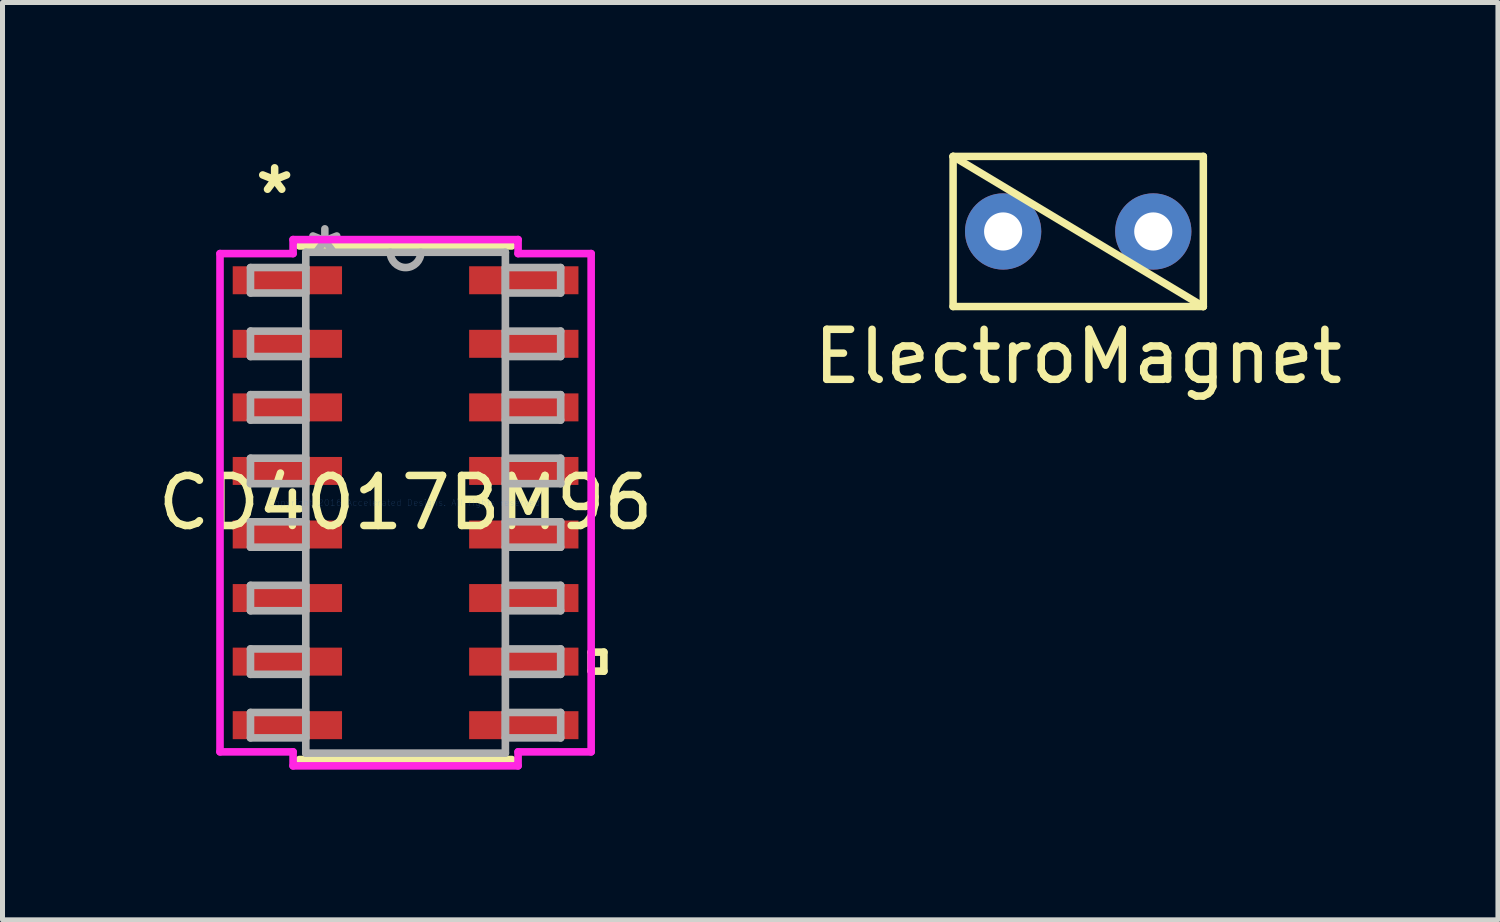
<source format=kicad_pcb>
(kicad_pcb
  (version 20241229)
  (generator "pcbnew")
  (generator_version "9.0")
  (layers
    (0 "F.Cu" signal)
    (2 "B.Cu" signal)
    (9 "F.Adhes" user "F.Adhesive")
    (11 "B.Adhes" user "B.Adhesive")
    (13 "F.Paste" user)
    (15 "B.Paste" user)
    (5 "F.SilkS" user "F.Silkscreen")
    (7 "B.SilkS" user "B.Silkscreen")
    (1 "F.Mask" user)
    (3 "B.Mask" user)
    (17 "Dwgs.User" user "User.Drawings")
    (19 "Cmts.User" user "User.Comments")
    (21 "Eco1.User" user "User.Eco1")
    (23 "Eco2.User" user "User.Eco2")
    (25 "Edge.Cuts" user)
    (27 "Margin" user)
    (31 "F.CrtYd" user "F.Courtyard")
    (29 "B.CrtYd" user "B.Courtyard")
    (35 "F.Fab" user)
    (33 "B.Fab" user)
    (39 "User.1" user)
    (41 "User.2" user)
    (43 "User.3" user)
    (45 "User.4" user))
  (footprint "CD4017BM96"
    (layer "F.Cu")
    (at 5.054 6.995)
    (property "Reference" "CD4017BM96" (at 0 0 0) (layer "F.SilkS") (effects (font (size 1 1) (thickness 0.15))))
    (attr through_hole)
    (fp_line (start -2.121 5.131) (end 2.121 5.131) (stroke (width 0.152) (type solid)) (layer "F.SilkS"))
    (fp_line (start 2.121 -5.131) (end -2.121 -5.131) (stroke (width 0.152) (type solid)) (layer "F.SilkS"))
    (fp_line (start 3.708 2.985) (end 3.962 2.985) (stroke (width 0.152) (type solid)) (layer "F.SilkS"))
    (fp_line (start 3.708 3.365) (end 3.708 2.985) (stroke (width 0.152) (type solid)) (layer "F.SilkS"))
    (fp_line (start 3.962 2.985) (end 3.962 3.365) (stroke (width 0.152) (type solid)) (layer "F.SilkS"))
    (fp_line (start 3.962 3.365) (end 3.708 3.365) (stroke (width 0.152) (type solid)) (layer "F.SilkS"))
    (fp_line (start -3.708 -4.978) (end -2.248 -4.978) (stroke (width 0.152) (type solid)) (layer "F.CrtYd"))
    (fp_line (start -3.708 4.978) (end -3.708 -4.978) (stroke (width 0.152) (type solid)) (layer "F.CrtYd"))
    (fp_line (start -2.248 -5.258) (end 2.248 -5.258) (stroke (width 0.152) (type solid)) (layer "F.CrtYd"))
    (fp_line (start -2.248 -4.978) (end -2.248 -5.258) (stroke (width 0.152) (type solid)) (layer "F.CrtYd"))
    (fp_line (start -2.248 4.978) (end -3.708 4.978) (stroke (width 0.152) (type solid)) (layer "F.CrtYd"))
    (fp_line (start -2.248 5.258) (end -2.248 4.978) (stroke (width 0.152) (type solid)) (layer "F.CrtYd"))
    (fp_line (start 2.248 -5.258) (end 2.248 -4.978) (stroke (width 0.152) (type solid)) (layer "F.CrtYd"))
    (fp_line (start 2.248 -4.978) (end 3.708 -4.978) (stroke (width 0.152) (type solid)) (layer "F.CrtYd"))
    (fp_line (start 2.248 4.978) (end 2.248 5.258) (stroke (width 0.152) (type solid)) (layer "F.CrtYd"))
    (fp_line (start 2.248 5.258) (end -2.248 5.258) (stroke (width 0.152) (type solid)) (layer "F.CrtYd"))
    (fp_line (start 3.708 -4.978) (end 3.708 4.978) (stroke (width 0.152) (type solid)) (layer "F.CrtYd"))
    (fp_line (start 3.708 4.978) (end 2.248 4.978) (stroke (width 0.152) (type solid)) (layer "F.CrtYd"))
    (fp_line (start -3.099 -4.699) (end -3.099 -4.191) (stroke (width 0.152) (type solid)) (layer "F.Fab"))
    (fp_line (start -3.099 -4.191) (end -1.994 -4.191) (stroke (width 0.152) (type solid)) (layer "F.Fab"))
    (fp_line (start -3.099 -3.429) (end -3.099 -2.921) (stroke (width 0.152) (type solid)) (layer "F.Fab"))
    (fp_line (start -3.099 -2.921) (end -1.994 -2.921) (stroke (width 0.152) (type solid)) (layer "F.Fab"))
    (fp_line (start -3.099 -2.159) (end -3.099 -1.651) (stroke (width 0.152) (type solid)) (layer "F.Fab"))
    (fp_line (start -3.099 -1.651) (end -1.994 -1.651) (stroke (width 0.152) (type solid)) (layer "F.Fab"))
    (fp_line (start -3.099 -0.889) (end -3.099 -0.381) (stroke (width 0.152) (type solid)) (layer "F.Fab"))
    (fp_line (start -3.099 -0.381) (end -1.994 -0.381) (stroke (width 0.152) (type solid)) (layer "F.Fab"))
    (fp_line (start -3.099 0.381) (end -3.099 0.889) (stroke (width 0.152) (type solid)) (layer "F.Fab"))
    (fp_line (start -3.099 0.889) (end -1.994 0.889) (stroke (width 0.152) (type solid)) (layer "F.Fab"))
    (fp_line (start -3.099 1.651) (end -3.099 2.159) (stroke (width 0.152) (type solid)) (layer "F.Fab"))
    (fp_line (start -3.099 2.159) (end -1.994 2.159) (stroke (width 0.152) (type solid)) (layer "F.Fab"))
    (fp_line (start -3.099 2.921) (end -3.099 3.429) (stroke (width 0.152) (type solid)) (layer "F.Fab"))
    (fp_line (start -3.099 3.429) (end -1.994 3.429) (stroke (width 0.152) (type solid)) (layer "F.Fab"))
    (fp_line (start -3.099 4.191) (end -3.099 4.699) (stroke (width 0.152) (type solid)) (layer "F.Fab"))
    (fp_line (start -3.099 4.699) (end -1.994 4.699) (stroke (width 0.152) (type solid)) (layer "F.Fab"))
    (fp_line (start -1.994 -5.004) (end -1.994 5.004) (stroke (width 0.152) (type solid)) (layer "F.Fab"))
    (fp_line (start -1.994 -4.699) (end -3.099 -4.699) (stroke (width 0.152) (type solid)) (layer "F.Fab"))
    (fp_line (start -1.994 -4.191) (end -1.994 -4.699) (stroke (width 0.152) (type solid)) (layer "F.Fab"))
    (fp_line (start -1.994 -3.429) (end -3.099 -3.429) (stroke (width 0.152) (type solid)) (layer "F.Fab"))
    (fp_line (start -1.994 -2.921) (end -1.994 -3.429) (stroke (width 0.152) (type solid)) (layer "F.Fab"))
    (fp_line (start -1.994 -2.159) (end -3.099 -2.159) (stroke (width 0.152) (type solid)) (layer "F.Fab"))
    (fp_line (start -1.994 -1.651) (end -1.994 -2.159) (stroke (width 0.152) (type solid)) (layer "F.Fab"))
    (fp_line (start -1.994 -0.889) (end -3.099 -0.889) (stroke (width 0.152) (type solid)) (layer "F.Fab"))
    (fp_line (start -1.994 -0.381) (end -1.994 -0.889) (stroke (width 0.152) (type solid)) (layer "F.Fab"))
    (fp_line (start -1.994 0.381) (end -3.099 0.381) (stroke (width 0.152) (type solid)) (layer "F.Fab"))
    (fp_line (start -1.994 0.889) (end -1.994 0.381) (stroke (width 0.152) (type solid)) (layer "F.Fab"))
    (fp_line (start -1.994 1.651) (end -3.099 1.651) (stroke (width 0.152) (type solid)) (layer "F.Fab"))
    (fp_line (start -1.994 2.159) (end -1.994 1.651) (stroke (width 0.152) (type solid)) (layer "F.Fab"))
    (fp_line (start -1.994 2.921) (end -3.099 2.921) (stroke (width 0.152) (type solid)) (layer "F.Fab"))
    (fp_line (start -1.994 3.429) (end -1.994 2.921) (stroke (width 0.152) (type solid)) (layer "F.Fab"))
    (fp_line (start -1.994 4.191) (end -3.099 4.191) (stroke (width 0.152) (type solid)) (layer "F.Fab"))
    (fp_line (start -1.994 4.699) (end -1.994 4.191) (stroke (width 0.152) (type solid)) (layer "F.Fab"))
    (fp_line (start -1.994 5.004) (end 1.994 5.004) (stroke (width 0.152) (type solid)) (layer "F.Fab"))
    (fp_line (start 1.994 -5.004) (end -1.994 -5.004) (stroke (width 0.152) (type solid)) (layer "F.Fab"))
    (fp_line (start 1.994 -4.699) (end 1.994 -4.191) (stroke (width 0.152) (type solid)) (layer "F.Fab"))
    (fp_line (start 1.994 -4.191) (end 3.099 -4.191) (stroke (width 0.152) (type solid)) (layer "F.Fab"))
    (fp_line (start 1.994 -3.429) (end 1.994 -2.921) (stroke (width 0.152) (type solid)) (layer "F.Fab"))
    (fp_line (start 1.994 -2.921) (end 3.099 -2.921) (stroke (width 0.152) (type solid)) (layer "F.Fab"))
    (fp_line (start 1.994 -2.159) (end 1.994 -1.651) (stroke (width 0.152) (type solid)) (layer "F.Fab"))
    (fp_line (start 1.994 -1.651) (end 3.099 -1.651) (stroke (width 0.152) (type solid)) (layer "F.Fab"))
    (fp_line (start 1.994 -0.889) (end 1.994 -0.381) (stroke (width 0.152) (type solid)) (layer "F.Fab"))
    (fp_line (start 1.994 -0.381) (end 3.099 -0.381) (stroke (width 0.152) (type solid)) (layer "F.Fab"))
    (fp_line (start 1.994 0.381) (end 1.994 0.889) (stroke (width 0.152) (type solid)) (layer "F.Fab"))
    (fp_line (start 1.994 0.889) (end 3.099 0.889) (stroke (width 0.152) (type solid)) (layer "F.Fab"))
    (fp_line (start 1.994 1.651) (end 1.994 2.159) (stroke (width 0.152) (type solid)) (layer "F.Fab"))
    (fp_line (start 1.994 2.159) (end 3.099 2.159) (stroke (width 0.152) (type solid)) (layer "F.Fab"))
    (fp_line (start 1.994 2.921) (end 1.994 3.429) (stroke (width 0.152) (type solid)) (layer "F.Fab"))
    (fp_line (start 1.994 3.429) (end 3.099 3.429) (stroke (width 0.152) (type solid)) (layer "F.Fab"))
    (fp_line (start 1.994 4.191) (end 1.994 4.699) (stroke (width 0.152) (type solid)) (layer "F.Fab"))
    (fp_line (start 1.994 4.699) (end 3.099 4.699) (stroke (width 0.152) (type solid)) (layer "F.Fab"))
    (fp_line (start 1.994 5.004) (end 1.994 -5.004) (stroke (width 0.152) (type solid)) (layer "F.Fab"))
    (fp_line (start 3.099 -4.699) (end 1.994 -4.699) (stroke (width 0.152) (type solid)) (layer "F.Fab"))
    (fp_line (start 3.099 -4.191) (end 3.099 -4.699) (stroke (width 0.152) (type solid)) (layer "F.Fab"))
    (fp_line (start 3.099 -3.429) (end 1.994 -3.429) (stroke (width 0.152) (type solid)) (layer "F.Fab"))
    (fp_line (start 3.099 -2.921) (end 3.099 -3.429) (stroke (width 0.152) (type solid)) (layer "F.Fab"))
    (fp_line (start 3.099 -2.159) (end 1.994 -2.159) (stroke (width 0.152) (type solid)) (layer "F.Fab"))
    (fp_line (start 3.099 -1.651) (end 3.099 -2.159) (stroke (width 0.152) (type solid)) (layer "F.Fab"))
    (fp_line (start 3.099 -0.889) (end 1.994 -0.889) (stroke (width 0.152) (type solid)) (layer "F.Fab"))
    (fp_line (start 3.099 -0.381) (end 3.099 -0.889) (stroke (width 0.152) (type solid)) (layer "F.Fab"))
    (fp_line (start 3.099 0.381) (end 1.994 0.381) (stroke (width 0.152) (type solid)) (layer "F.Fab"))
    (fp_line (start 3.099 0.889) (end 3.099 0.381) (stroke (width 0.152) (type solid)) (layer "F.Fab"))
    (fp_line (start 3.099 1.651) (end 1.994 1.651) (stroke (width 0.152) (type solid)) (layer "F.Fab"))
    (fp_line (start 3.099 2.159) (end 3.099 1.651) (stroke (width 0.152) (type solid)) (layer "F.Fab"))
    (fp_line (start 3.099 2.921) (end 1.994 2.921) (stroke (width 0.152) (type solid)) (layer "F.Fab"))
    (fp_line (start 3.099 3.429) (end 3.099 2.921) (stroke (width 0.152) (type solid)) (layer "F.Fab"))
    (fp_line (start 3.099 4.191) (end 1.994 4.191) (stroke (width 0.152) (type solid)) (layer "F.Fab"))
    (fp_line (start 3.099 4.699) (end 3.099 4.191) (stroke (width 0.152) (type solid)) (layer "F.Fab"))
    (fp_arc (start 0.3048 -5.0038) (mid 0 -4.699) (end -0.3048 -5.0038) (stroke (width 0.1524) (type solid)) (layer "F.Fab"))
    (fp_text user "*" (at -2.616 -6.147 0) (layer "F.SilkS") (effects (font (size 1 1) (thickness 0.15))))
    (fp_text user "Copyright 2016 Accelerated Designs. All rights reserved." (at 0 0 0) (layer "Cmts.User") (effects (font (size 0.127 0.127) (thickness 0.002))))
    (fp_text user "*" (at -1.613 -4.928 0) (layer "F.Fab") (effects (font (size 1 1) (thickness 0.15))))
    (pad "1" smd rect (at -2.362 -4.445) (size 2.184 0.559) (layers "F.Cu" "F.Mask" "F.Paste"))
    (pad "2" smd rect (at -2.362 -3.175) (size 2.184 0.559) (layers "F.Cu" "F.Mask" "F.Paste"))
    (pad "3" smd rect (at -2.362 -1.905) (size 2.184 0.559) (layers "F.Cu" "F.Mask" "F.Paste"))
    (pad "4" smd rect (at -2.362 -0.635) (size 2.184 0.559) (layers "F.Cu" "F.Mask" "F.Paste"))
    (pad "5" smd rect (at -2.362 0.635) (size 2.184 0.559) (layers "F.Cu" "F.Mask" "F.Paste"))
    (pad "6" smd rect (at -2.362 1.905) (size 2.184 0.559) (layers "F.Cu" "F.Mask" "F.Paste"))
    (pad "7" smd rect (at -2.362 3.175) (size 2.184 0.559) (layers "F.Cu" "F.Mask" "F.Paste"))
    (pad "8" smd rect (at -2.362 4.445) (size 2.184 0.559) (layers "F.Cu" "F.Mask" "F.Paste"))
    (pad "9" smd rect (at 2.362 4.445) (size 2.184 0.559) (layers "F.Cu" "F.Mask" "F.Paste"))
    (pad "10" smd rect (at 2.362 3.175) (size 2.184 0.559) (layers "F.Cu" "F.Mask" "F.Paste"))
    (pad "11" smd rect (at 2.362 1.905) (size 2.184 0.559) (layers "F.Cu" "F.Mask" "F.Paste"))
    (pad "12" smd rect (at 2.362 0.635) (size 2.184 0.559) (layers "F.Cu" "F.Mask" "F.Paste"))
    (pad "13" smd rect (at 2.362 -0.635) (size 2.184 0.559) (layers "F.Cu" "F.Mask" "F.Paste"))
    (pad "14" smd rect (at 2.362 -1.905) (size 2.184 0.559) (layers "F.Cu" "F.Mask" "F.Paste"))
    (pad "15" smd rect (at 2.362 -3.175) (size 2.184 0.559) (layers "F.Cu" "F.Mask" "F.Paste"))
    (pad "16" smd rect (at 2.362 -4.445) (size 2.184 0.559) (layers "F.Cu" "F.Mask" "F.Paste")))
  (footprint "ElectroMagnet"
    (layer "F.Cu")
    (at 18.494 1.575)
    (property "Reference" "ElectroMagnet" (at 0 2.5 0) (layer "F.SilkS") (effects (font (size 1 1) (thickness 0.15))))
    (attr through_hole)
    (fp_line (start -2.5 -1.5) (end -2.5 1.5) (stroke (width 0.15) (type solid)) (layer "F.SilkS"))
    (fp_line (start -2.5 -1.5) (end 2.5 1.5) (stroke (width 0.15) (type solid)) (layer "F.SilkS"))
    (fp_line (start -2.5 1.5) (end 2.5 1.5) (stroke (width 0.15) (type solid)) (layer "F.SilkS"))
    (fp_line (start 2.5 -1.5) (end -2.5 -1.5) (stroke (width 0.15) (type solid)) (layer "F.SilkS"))
    (fp_line (start 2.5 1.5) (end 2.5 -1.5) (stroke (width 0.15) (type solid)) (layer "F.SilkS"))
    (pad "1" thru_hole circle (at -1.5 0) (size 1.524 1.524) (drill 0.762) (layers "*.Cu" "*.Mask"))
    (pad "2" thru_hole circle (at 1.5 0) (size 1.524 1.524) (drill 0.762) (layers "*.Cu" "*.Mask")))
  (gr_rect
    (start -3 -3)
    (end 26.881 15.329)
    (stroke (width 0.1) (type default))
    (fill no)
    (layer "Edge.Cuts")))
</source>
